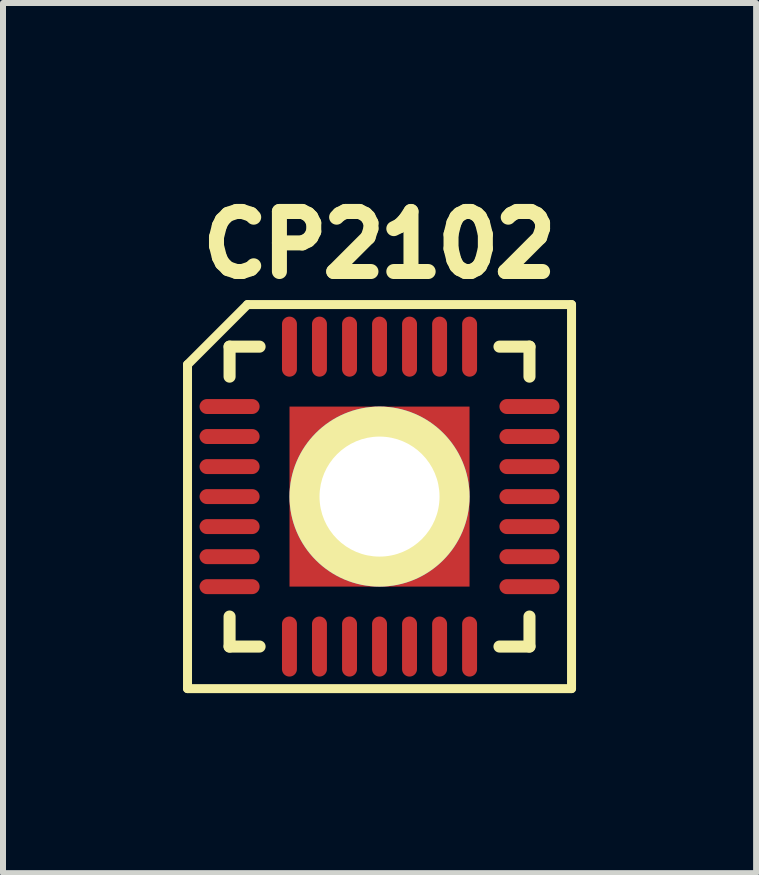
<source format=kicad_pcb>
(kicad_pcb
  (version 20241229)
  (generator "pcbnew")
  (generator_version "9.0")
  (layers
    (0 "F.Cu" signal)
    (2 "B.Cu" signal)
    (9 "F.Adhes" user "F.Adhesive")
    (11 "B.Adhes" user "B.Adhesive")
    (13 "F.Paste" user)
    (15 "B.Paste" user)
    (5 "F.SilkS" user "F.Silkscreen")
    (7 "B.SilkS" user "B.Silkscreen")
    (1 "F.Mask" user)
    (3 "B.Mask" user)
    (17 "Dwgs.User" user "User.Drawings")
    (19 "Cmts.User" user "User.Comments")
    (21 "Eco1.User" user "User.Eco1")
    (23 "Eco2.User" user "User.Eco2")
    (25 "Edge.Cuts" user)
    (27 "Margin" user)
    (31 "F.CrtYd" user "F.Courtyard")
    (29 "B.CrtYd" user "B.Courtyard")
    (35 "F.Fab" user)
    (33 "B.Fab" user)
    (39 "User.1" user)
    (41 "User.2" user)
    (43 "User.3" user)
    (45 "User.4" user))
  (footprint "CP2102"
    (layer "F.Cu")
    (at 3.275 5.226)
    (property "Reference" "CP2102" (at 0 -4.201 0) (layer "F.SilkS") (effects (font (size 1.001 1.001) (thickness 0.305))))
    (attr through_hole)
    (fp_line (start -3.2 -2.2) (end -3.2 3.2) (stroke (width 0.15) (type solid)) (layer "F.SilkS"))
    (fp_line (start -3.2 3.2) (end 3.2 3.2) (stroke (width 0.15) (type solid)) (layer "F.SilkS"))
    (fp_line (start -2.499 -2.499) (end -2.499 -1.999) (stroke (width 0.201) (type solid)) (layer "F.SilkS"))
    (fp_line (start -2.499 1.999) (end -2.499 2.499) (stroke (width 0.201) (type solid)) (layer "F.SilkS"))
    (fp_line (start -2.499 2.499) (end -1.999 2.499) (stroke (width 0.201) (type solid)) (layer "F.SilkS"))
    (fp_line (start -2.2 -3.2) (end -3.2 -2.2) (stroke (width 0.15) (type solid)) (layer "F.SilkS"))
    (fp_line (start -1.999 -2.499) (end -2.499 -2.499) (stroke (width 0.201) (type solid)) (layer "F.SilkS"))
    (fp_line (start 1.999 2.499) (end 2.499 2.499) (stroke (width 0.201) (type solid)) (layer "F.SilkS"))
    (fp_line (start 2.499 -2.499) (end 1.999 -2.499) (stroke (width 0.201) (type solid)) (layer "F.SilkS"))
    (fp_line (start 2.499 -1.999) (end 2.499 -2.499) (stroke (width 0.201) (type solid)) (layer "F.SilkS"))
    (fp_line (start 2.499 2.499) (end 2.499 1.999) (stroke (width 0.201) (type solid)) (layer "F.SilkS"))
    (fp_line (start 3.2 -3.2) (end -2.2 -3.2) (stroke (width 0.15) (type solid)) (layer "F.SilkS"))
    (fp_line (start 3.2 3.2) (end 3.2 -3.2) (stroke (width 0.15) (type solid)) (layer "F.SilkS"))
    (pad "0" smd rect (at 0 0) (size 3 3) (layers "F.Cu" "F.Mask" "F.Paste"))
    (pad "1" smd oval (at -2.499 -1.501) (size 1.001 0.249) (layers "F.Cu" "F.Mask" "F.Paste"))
    (pad "1" thru_hole circle (at 0 0) (size 3 3) (drill 2) (layers "*.Cu" "*.Mask" "F.SilkS"))
    (pad "2" smd oval (at -2.499 -1.001) (size 1.001 0.249) (layers "F.Cu" "F.Mask" "F.Paste"))
    (pad "3" smd oval (at -2.499 -0.5) (size 1.001 0.249) (layers "F.Cu" "F.Mask" "F.Paste"))
    (pad "4" smd oval (at -2.499 0) (size 1.001 0.249) (layers "F.Cu" "F.Mask" "F.Paste"))
    (pad "5" smd oval (at -2.499 0.5) (size 1.001 0.249) (layers "F.Cu" "F.Mask" "F.Paste"))
    (pad "6" smd oval (at -2.499 1.001) (size 1.001 0.249) (layers "F.Cu" "F.Mask" "F.Paste"))
    (pad "7" smd oval (at -2.499 1.501) (size 1.001 0.249) (layers "F.Cu" "F.Mask" "F.Paste"))
    (pad "8" smd oval (at -1.501 2.499 90) (size 1.001 0.249) (layers "F.Cu" "F.Mask" "F.Paste"))
    (pad "9" smd oval (at -1.001 2.499 90) (size 1.001 0.249) (layers "F.Cu" "F.Mask" "F.Paste"))
    (pad "10" smd oval (at -0.5 2.499 90) (size 1.001 0.249) (layers "F.Cu" "F.Mask" "F.Paste"))
    (pad "11" smd oval (at 0 2.499 90) (size 1.001 0.249) (layers "F.Cu" "F.Mask" "F.Paste"))
    (pad "12" smd oval (at 0.5 2.499 90) (size 1.001 0.249) (layers "F.Cu" "F.Mask" "F.Paste"))
    (pad "13" smd oval (at 1.001 2.499 90) (size 1.001 0.249) (layers "F.Cu" "F.Mask" "F.Paste"))
    (pad "14" smd oval (at 1.501 2.499 90) (size 1.001 0.249) (layers "F.Cu" "F.Mask" "F.Paste"))
    (pad "15" smd oval (at 2.499 1.501 180) (size 1.001 0.249) (layers "F.Cu" "F.Mask" "F.Paste"))
    (pad "16" smd oval (at 2.499 1.001 180) (size 1.001 0.249) (layers "F.Cu" "F.Mask" "F.Paste"))
    (pad "17" smd oval (at 2.499 0.5 180) (size 1.001 0.249) (layers "F.Cu" "F.Mask" "F.Paste"))
    (pad "18" smd oval (at 2.499 0 180) (size 1.001 0.249) (layers "F.Cu" "F.Mask" "F.Paste"))
    (pad "19" smd oval (at 2.499 -0.5 180) (size 1.001 0.249) (layers "F.Cu" "F.Mask" "F.Paste"))
    (pad "20" smd oval (at 2.499 -1.001 180) (size 1.001 0.249) (layers "F.Cu" "F.Mask" "F.Paste"))
    (pad "21" smd oval (at 2.499 -1.501 180) (size 1.001 0.249) (layers "F.Cu" "F.Mask" "F.Paste"))
    (pad "22" smd oval (at 1.501 -2.499 270) (size 1.001 0.249) (layers "F.Cu" "F.Mask" "F.Paste"))
    (pad "23" smd oval (at 1.001 -2.499 270) (size 1.001 0.249) (layers "F.Cu" "F.Mask" "F.Paste"))
    (pad "24" smd oval (at 0.5 -2.499 270) (size 1.001 0.249) (layers "F.Cu" "F.Mask" "F.Paste"))
    (pad "25" smd oval (at 0 -2.499 270) (size 1.001 0.249) (layers "F.Cu" "F.Mask" "F.Paste"))
    (pad "26" smd oval (at -0.5 -2.499 270) (size 1.001 0.249) (layers "F.Cu" "F.Mask" "F.Paste"))
    (pad "27" smd oval (at -1.001 -2.499 270) (size 1.001 0.249) (layers "F.Cu" "F.Mask" "F.Paste"))
    (pad "28" smd oval (at -1.501 -2.499 270) (size 1.001 0.249) (layers "F.Cu" "F.Mask" "F.Paste")))
  (gr_rect
    (start -3 -3)
    (end 9.551 11.501)
    (stroke (width 0.1) (type default))
    (fill no)
    (layer "Edge.Cuts")))
</source>
